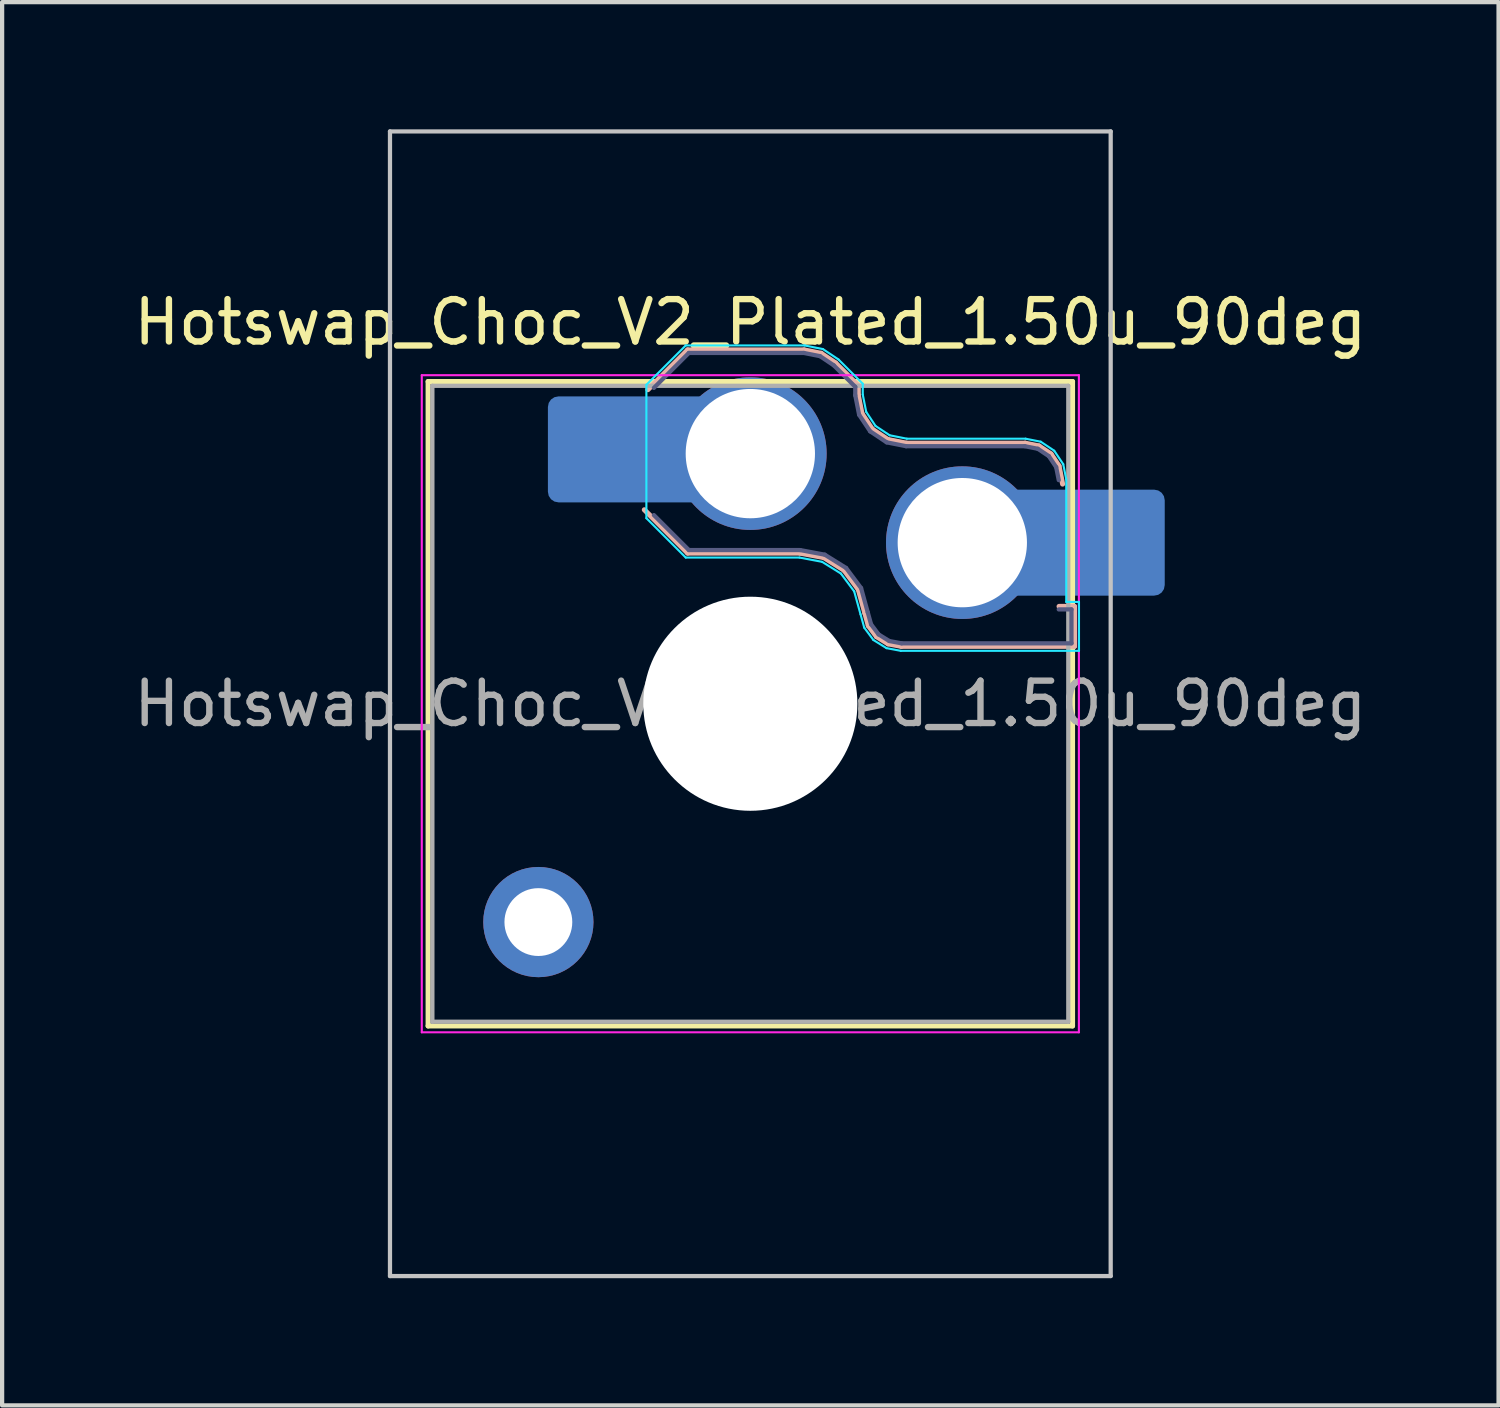
<source format=kicad_pcb>
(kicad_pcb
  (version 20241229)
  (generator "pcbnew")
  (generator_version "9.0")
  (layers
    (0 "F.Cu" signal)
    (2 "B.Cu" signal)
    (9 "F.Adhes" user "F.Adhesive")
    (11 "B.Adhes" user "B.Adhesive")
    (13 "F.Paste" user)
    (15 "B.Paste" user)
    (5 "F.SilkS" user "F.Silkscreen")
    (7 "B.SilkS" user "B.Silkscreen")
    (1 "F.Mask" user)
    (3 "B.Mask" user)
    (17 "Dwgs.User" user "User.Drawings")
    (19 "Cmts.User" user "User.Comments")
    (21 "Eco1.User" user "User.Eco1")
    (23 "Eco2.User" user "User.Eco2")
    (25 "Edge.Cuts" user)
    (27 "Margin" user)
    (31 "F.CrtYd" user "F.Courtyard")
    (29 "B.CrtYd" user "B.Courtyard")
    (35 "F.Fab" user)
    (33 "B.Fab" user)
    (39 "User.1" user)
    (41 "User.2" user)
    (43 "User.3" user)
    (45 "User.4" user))
  (footprint "Hotswap_Choc_V2_Plated_1.50u_90deg"
    (layer "F.Cu")
    (at 14.649 13.55)
    (property "Reference" "Hotswap_Choc_V2_Plated_1.50u_90deg" (at 0 -9 0) (layer "F.SilkS") (effects (font (size 1 1) (thickness 0.15))))
    (attr smd allow_soldermask_bridges)
    (fp_line (start -7.6 -7.6) (end -7.6 7.6) (stroke (width 0.12) (type solid)) (layer "F.SilkS"))
    (fp_line (start -7.6 7.6) (end 7.6 7.6) (stroke (width 0.12) (type solid)) (layer "F.SilkS"))
    (fp_line (start 7.6 -7.6) (end -7.6 -7.6) (stroke (width 0.12) (type solid)) (layer "F.SilkS"))
    (fp_line (start 7.6 7.6) (end 7.6 -7.6) (stroke (width 0.12) (type solid)) (layer "F.SilkS"))
    (fp_line (start -2.416 -7.409) (end -1.479 -8.346) (stroke (width 0.12) (type solid)) (layer "B.SilkS"))
    (fp_line (start -1.479 -8.346) (end 1.268 -8.346) (stroke (width 0.12) (type solid)) (layer "B.SilkS"))
    (fp_line (start -1.479 -3.554) (end -2.5 -4.575) (stroke (width 0.12) (type solid)) (layer "B.SilkS"))
    (fp_line (start 1.168 -3.554) (end -1.479 -3.554) (stroke (width 0.12) (type solid)) (layer "B.SilkS"))
    (fp_line (start 1.268 -8.346) (end 1.671 -8.266) (stroke (width 0.12) (type solid)) (layer "B.SilkS"))
    (fp_line (start 1.671 -8.266) (end 2.013 -8.037) (stroke (width 0.12) (type solid)) (layer "B.SilkS"))
    (fp_line (start 1.73 -3.449) (end 1.168 -3.554) (stroke (width 0.12) (type solid)) (layer "B.SilkS"))
    (fp_line (start 2.013 -8.037) (end 2.546 -7.504) (stroke (width 0.12) (type solid)) (layer "B.SilkS"))
    (fp_line (start 2.209 -3.15) (end 1.73 -3.449) (stroke (width 0.12) (type solid)) (layer "B.SilkS"))
    (fp_line (start 2.546 -7.504) (end 2.546 -7.282) (stroke (width 0.12) (type solid)) (layer "B.SilkS"))
    (fp_line (start 2.546 -7.282) (end 2.633 -6.844) (stroke (width 0.12) (type solid)) (layer "B.SilkS"))
    (fp_line (start 2.547 -2.697) (end 2.209 -3.15) (stroke (width 0.12) (type solid)) (layer "B.SilkS"))
    (fp_line (start 2.633 -6.844) (end 2.877 -6.477) (stroke (width 0.12) (type solid)) (layer "B.SilkS"))
    (fp_line (start 2.701 -2.139) (end 2.547 -2.697) (stroke (width 0.12) (type solid)) (layer "B.SilkS"))
    (fp_line (start 2.783 -1.841) (end 2.701 -2.139) (stroke (width 0.12) (type solid)) (layer "B.SilkS"))
    (fp_line (start 2.877 -6.477) (end 3.244 -6.233) (stroke (width 0.12) (type solid)) (layer "B.SilkS"))
    (fp_line (start 2.976 -1.583) (end 2.783 -1.841) (stroke (width 0.12) (type solid)) (layer "B.SilkS"))
    (fp_line (start 3.244 -6.233) (end 3.682 -6.146) (stroke (width 0.12) (type solid)) (layer "B.SilkS"))
    (fp_line (start 3.25 -1.413) (end 2.976 -1.583) (stroke (width 0.12) (type solid)) (layer "B.SilkS"))
    (fp_line (start 3.56 -1.354) (end 3.25 -1.413) (stroke (width 0.12) (type solid)) (layer "B.SilkS"))
    (fp_line (start 3.682 -6.146) (end 6.482 -6.146) (stroke (width 0.12) (type solid)) (layer "B.SilkS"))
    (fp_line (start 6.482 -6.146) (end 6.809 -6.081) (stroke (width 0.12) (type solid)) (layer "B.SilkS"))
    (fp_line (start 6.809 -6.081) (end 7.092 -5.892) (stroke (width 0.12) (type solid)) (layer "B.SilkS"))
    (fp_line (start 7.092 -5.892) (end 7.281 -5.609) (stroke (width 0.12) (type solid)) (layer "B.SilkS"))
    (fp_line (start 7.281 -5.609) (end 7.366 -5.182) (stroke (width 0.12) (type solid)) (layer "B.SilkS"))
    (fp_line (start 7.283 -2.296) (end 7.646 -2.296) (stroke (width 0.12) (type solid)) (layer "B.SilkS"))
    (fp_line (start 7.646 -2.296) (end 7.646 -1.354) (stroke (width 0.12) (type solid)) (layer "B.SilkS"))
    (fp_line (start 7.646 -1.354) (end 3.56 -1.354) (stroke (width 0.12) (type solid)) (layer "B.SilkS"))
    (fp_line (start -8.5 -13.5) (end 8.5 -13.5) (stroke (width 0.1) (type solid)) (layer "Dwgs.User"))
    (fp_line (start -8.5 13.5) (end -8.5 -13.5) (stroke (width 0.1) (type solid)) (layer "Dwgs.User"))
    (fp_line (start 8.5 -13.5) (end 8.5 13.5) (stroke (width 0.1) (type solid)) (layer "Dwgs.User"))
    (fp_line (start 8.5 13.5) (end -8.5 13.5) (stroke (width 0.1) (type solid)) (layer "Dwgs.User"))
    (fp_line (start -7.25 -7.25) (end -7.25 7.25) (stroke (width 0.1) (type solid)) (layer "Eco1.User"))
    (fp_line (start -7.25 7.25) (end 7.25 7.25) (stroke (width 0.1) (type solid)) (layer "Eco1.User"))
    (fp_line (start 7.25 -7.25) (end -7.25 -7.25) (stroke (width 0.1) (type solid)) (layer "Eco1.User"))
    (fp_line (start 7.25 7.25) (end 7.25 -7.25) (stroke (width 0.1) (type solid)) (layer "Eco1.User"))
    (fp_line (start -2.452 -7.523) (end -1.523 -8.452) (stroke (width 0.05) (type solid)) (layer "B.CrtYd"))
    (fp_line (start -2.452 -4.377) (end -2.452 -7.523) (stroke (width 0.05) (type solid)) (layer "B.CrtYd"))
    (fp_line (start -1.523 -8.452) (end 1.278 -8.452) (stroke (width 0.05) (type solid)) (layer "B.CrtYd"))
    (fp_line (start -1.523 -3.448) (end -2.452 -4.377) (stroke (width 0.05) (type solid)) (layer "B.CrtYd"))
    (fp_line (start 1.159 -3.448) (end -1.523 -3.448) (stroke (width 0.05) (type solid)) (layer "B.CrtYd"))
    (fp_line (start 1.278 -8.452) (end 1.712 -8.366) (stroke (width 0.05) (type solid)) (layer "B.CrtYd"))
    (fp_line (start 1.691 -3.348) (end 1.159 -3.448) (stroke (width 0.05) (type solid)) (layer "B.CrtYd"))
    (fp_line (start 1.712 -8.366) (end 2.081 -8.119) (stroke (width 0.05) (type solid)) (layer "B.CrtYd"))
    (fp_line (start 2.081 -8.119) (end 2.652 -7.548) (stroke (width 0.05) (type solid)) (layer "B.CrtYd"))
    (fp_line (start 2.136 -3.071) (end 1.691 -3.348) (stroke (width 0.05) (type solid)) (layer "B.CrtYd"))
    (fp_line (start 2.45 -2.65) (end 2.136 -3.071) (stroke (width 0.05) (type solid)) (layer "B.CrtYd"))
    (fp_line (start 2.599 -2.111) (end 2.45 -2.65) (stroke (width 0.05) (type solid)) (layer "B.CrtYd"))
    (fp_line (start 2.652 -7.548) (end 2.652 -7.292) (stroke (width 0.05) (type solid)) (layer "B.CrtYd"))
    (fp_line (start 2.652 -7.292) (end 2.733 -6.885) (stroke (width 0.05) (type solid)) (layer "B.CrtYd"))
    (fp_line (start 2.687 -1.794) (end 2.599 -2.111) (stroke (width 0.05) (type solid)) (layer "B.CrtYd"))
    (fp_line (start 2.733 -6.885) (end 2.953 -6.553) (stroke (width 0.05) (type solid)) (layer "B.CrtYd"))
    (fp_line (start 2.903 -1.503) (end 2.687 -1.794) (stroke (width 0.05) (type solid)) (layer "B.CrtYd"))
    (fp_line (start 2.953 -6.553) (end 3.285 -6.333) (stroke (width 0.05) (type solid)) (layer "B.CrtYd"))
    (fp_line (start 3.211 -1.312) (end 2.903 -1.503) (stroke (width 0.05) (type solid)) (layer "B.CrtYd"))
    (fp_line (start 3.285 -6.333) (end 3.692 -6.252) (stroke (width 0.05) (type solid)) (layer "B.CrtYd"))
    (fp_line (start 3.55 -1.248) (end 3.211 -1.312) (stroke (width 0.05) (type solid)) (layer "B.CrtYd"))
    (fp_line (start 3.692 -6.252) (end 6.492 -6.252) (stroke (width 0.05) (type solid)) (layer "B.CrtYd"))
    (fp_line (start 6.492 -6.252) (end 6.85 -6.181) (stroke (width 0.05) (type solid)) (layer "B.CrtYd"))
    (fp_line (start 6.85 -6.181) (end 7.168 -5.968) (stroke (width 0.05) (type solid)) (layer "B.CrtYd"))
    (fp_line (start 7.168 -5.968) (end 7.381 -5.65) (stroke (width 0.05) (type solid)) (layer "B.CrtYd"))
    (fp_line (start 7.381 -5.65) (end 7.452 -5.292) (stroke (width 0.05) (type solid)) (layer "B.CrtYd"))
    (fp_line (start 7.452 -5.292) (end 7.452 -2.402) (stroke (width 0.05) (type solid)) (layer "B.CrtYd"))
    (fp_line (start 7.452 -2.402) (end 7.752 -2.402) (stroke (width 0.05) (type solid)) (layer "B.CrtYd"))
    (fp_line (start 7.752 -2.402) (end 7.752 -1.248) (stroke (width 0.05) (type solid)) (layer "B.CrtYd"))
    (fp_line (start 7.752 -1.248) (end 3.55 -1.248) (stroke (width 0.05) (type solid)) (layer "B.CrtYd"))
    (fp_line (start -7.75 -7.75) (end -7.75 7.75) (stroke (width 0.05) (type solid)) (layer "F.CrtYd"))
    (fp_line (start -7.75 7.75) (end 7.75 7.75) (stroke (width 0.05) (type solid)) (layer "F.CrtYd"))
    (fp_line (start 7.75 -7.75) (end -7.75 -7.75) (stroke (width 0.05) (type solid)) (layer "F.CrtYd"))
    (fp_line (start 7.75 7.75) (end 7.75 -7.75) (stroke (width 0.05) (type solid)) (layer "F.CrtYd"))
    (fp_line (start -2.275 -7.45) (end -1.45 -8.275) (stroke (width 0.1) (type solid)) (layer "B.Fab"))
    (fp_line (start -1.45 -8.275) (end 1.261 -8.275) (stroke (width 0.1) (type solid)) (layer "B.Fab"))
    (fp_line (start -1.45 -3.625) (end -2.275 -4.45) (stroke (width 0.1) (type solid)) (layer "B.Fab"))
    (fp_line (start 1.175 -3.625) (end -1.45 -3.625) (stroke (width 0.1) (type solid)) (layer "B.Fab"))
    (fp_line (start 1.261 -8.275) (end 1.643 -8.199) (stroke (width 0.1) (type solid)) (layer "B.Fab"))
    (fp_line (start 1.643 -8.199) (end 1.968 -7.982) (stroke (width 0.1) (type solid)) (layer "B.Fab"))
    (fp_line (start 1.756 -3.516) (end 1.175 -3.625) (stroke (width 0.1) (type solid)) (layer "B.Fab"))
    (fp_line (start 1.968 -7.982) (end 2.475 -7.475) (stroke (width 0.1) (type solid)) (layer "B.Fab"))
    (fp_line (start 2.258 -3.203) (end 1.756 -3.516) (stroke (width 0.1) (type solid)) (layer "B.Fab"))
    (fp_line (start 2.475 -7.475) (end 2.475 -7.275) (stroke (width 0.1) (type solid)) (layer "B.Fab"))
    (fp_line (start 2.475 -7.275) (end 2.566 -6.816) (stroke (width 0.1) (type solid)) (layer "B.Fab"))
    (fp_line (start 2.566 -6.816) (end 2.826 -6.426) (stroke (width 0.1) (type solid)) (layer "B.Fab"))
    (fp_line (start 2.612 -2.729) (end 2.258 -3.203) (stroke (width 0.1) (type solid)) (layer "B.Fab"))
    (fp_line (start 2.769 -2.158) (end 2.612 -2.729) (stroke (width 0.1) (type solid)) (layer "B.Fab"))
    (fp_line (start 2.826 -6.426) (end 3.216 -6.166) (stroke (width 0.1) (type solid)) (layer "B.Fab"))
    (fp_line (start 2.848 -1.873) (end 2.769 -2.158) (stroke (width 0.1) (type solid)) (layer "B.Fab"))
    (fp_line (start 3.025 -1.636) (end 2.848 -1.873) (stroke (width 0.1) (type solid)) (layer "B.Fab"))
    (fp_line (start 3.216 -6.166) (end 3.675 -6.075) (stroke (width 0.1) (type solid)) (layer "B.Fab"))
    (fp_line (start 3.276 -1.48) (end 3.025 -1.636) (stroke (width 0.1) (type solid)) (layer "B.Fab"))
    (fp_line (start 3.567 -1.425) (end 3.276 -1.48) (stroke (width 0.1) (type solid)) (layer "B.Fab"))
    (fp_line (start 3.675 -6.075) (end 6.475 -6.075) (stroke (width 0.1) (type solid)) (layer "B.Fab"))
    (fp_line (start 6.475 -6.075) (end 6.781 -6.014) (stroke (width 0.1) (type solid)) (layer "B.Fab"))
    (fp_line (start 6.781 -6.014) (end 7.041 -5.841) (stroke (width 0.1) (type solid)) (layer "B.Fab"))
    (fp_line (start 7.041 -5.841) (end 7.214 -5.581) (stroke (width 0.1) (type solid)) (layer "B.Fab"))
    (fp_line (start 7.214 -5.581) (end 7.275 -5.275) (stroke (width 0.1) (type solid)) (layer "B.Fab"))
    (fp_line (start 7.275 -2.225) (end 7.575 -2.225) (stroke (width 0.1) (type solid)) (layer "B.Fab"))
    (fp_line (start 7.575 -2.225) (end 7.575 -1.425) (stroke (width 0.1) (type solid)) (layer "B.Fab"))
    (fp_line (start 7.575 -1.425) (end 3.567 -1.425) (stroke (width 0.1) (type solid)) (layer "B.Fab"))
    (fp_line (start -7.5 -7.5) (end -7.5 7.5) (stroke (width 0.1) (type solid)) (layer "F.Fab"))
    (fp_line (start -7.5 7.5) (end 7.5 7.5) (stroke (width 0.1) (type solid)) (layer "F.Fab"))
    (fp_line (start 7.5 -7.5) (end -7.5 -7.5) (stroke (width 0.1) (type solid)) (layer "F.Fab"))
    (fp_line (start 7.5 7.5) (end 7.5 -7.5) (stroke (width 0.1) (type solid)) (layer "F.Fab"))
    (fp_text user "${REFERENCE}" (at 0 0 0) (layer "F.Fab") (effects (font (size 1 1) (thickness 0.15))))
    (pad "" thru_hole circle (at -5 5.15) (size 2.6 2.6) (drill 1.6) (layers "*.Cu" "*.Mask"))
    (pad "" smd roundrect (at -3.5 -6) (size 2.55 2.5) (layers "B.Mask" "B.Paste") (roundrect_rratio 0.1))
    (pad "" np_thru_hole circle (at 0 0) (size 5.05 5.05) (drill 5.05) (layers "*.Cu" "*.Mask"))
    (pad "" smd roundrect (at 8.5 -3.8) (size 2.55 2.5) (layers "B.Mask" "B.Paste") (roundrect_rratio 0.1))
    (pad "1" smd roundrect (at -2.85 -6) (size 3.85 2.5) (layers "B.Cu") (roundrect_rratio 0.1))
    (pad "1" thru_hole circle (at 0 -5.9) (size 3.6 3.6) (drill 3.05) (layers "*.Cu" "*.Mask"))
    (pad "2" thru_hole circle (at 5 -3.8) (size 3.6 3.6) (drill 3.05) (layers "*.Cu" "*.Mask"))
    (pad "2" smd roundrect (at 7.85 -3.8) (size 3.85 2.5) (layers "B.Cu") (roundrect_rratio 0.1)))
  (gr_rect
    (start -3 -3)
    (end 32.298 30.1)
    (stroke (width 0.1) (type default))
    (fill no)
    (layer "Edge.Cuts")))
</source>
